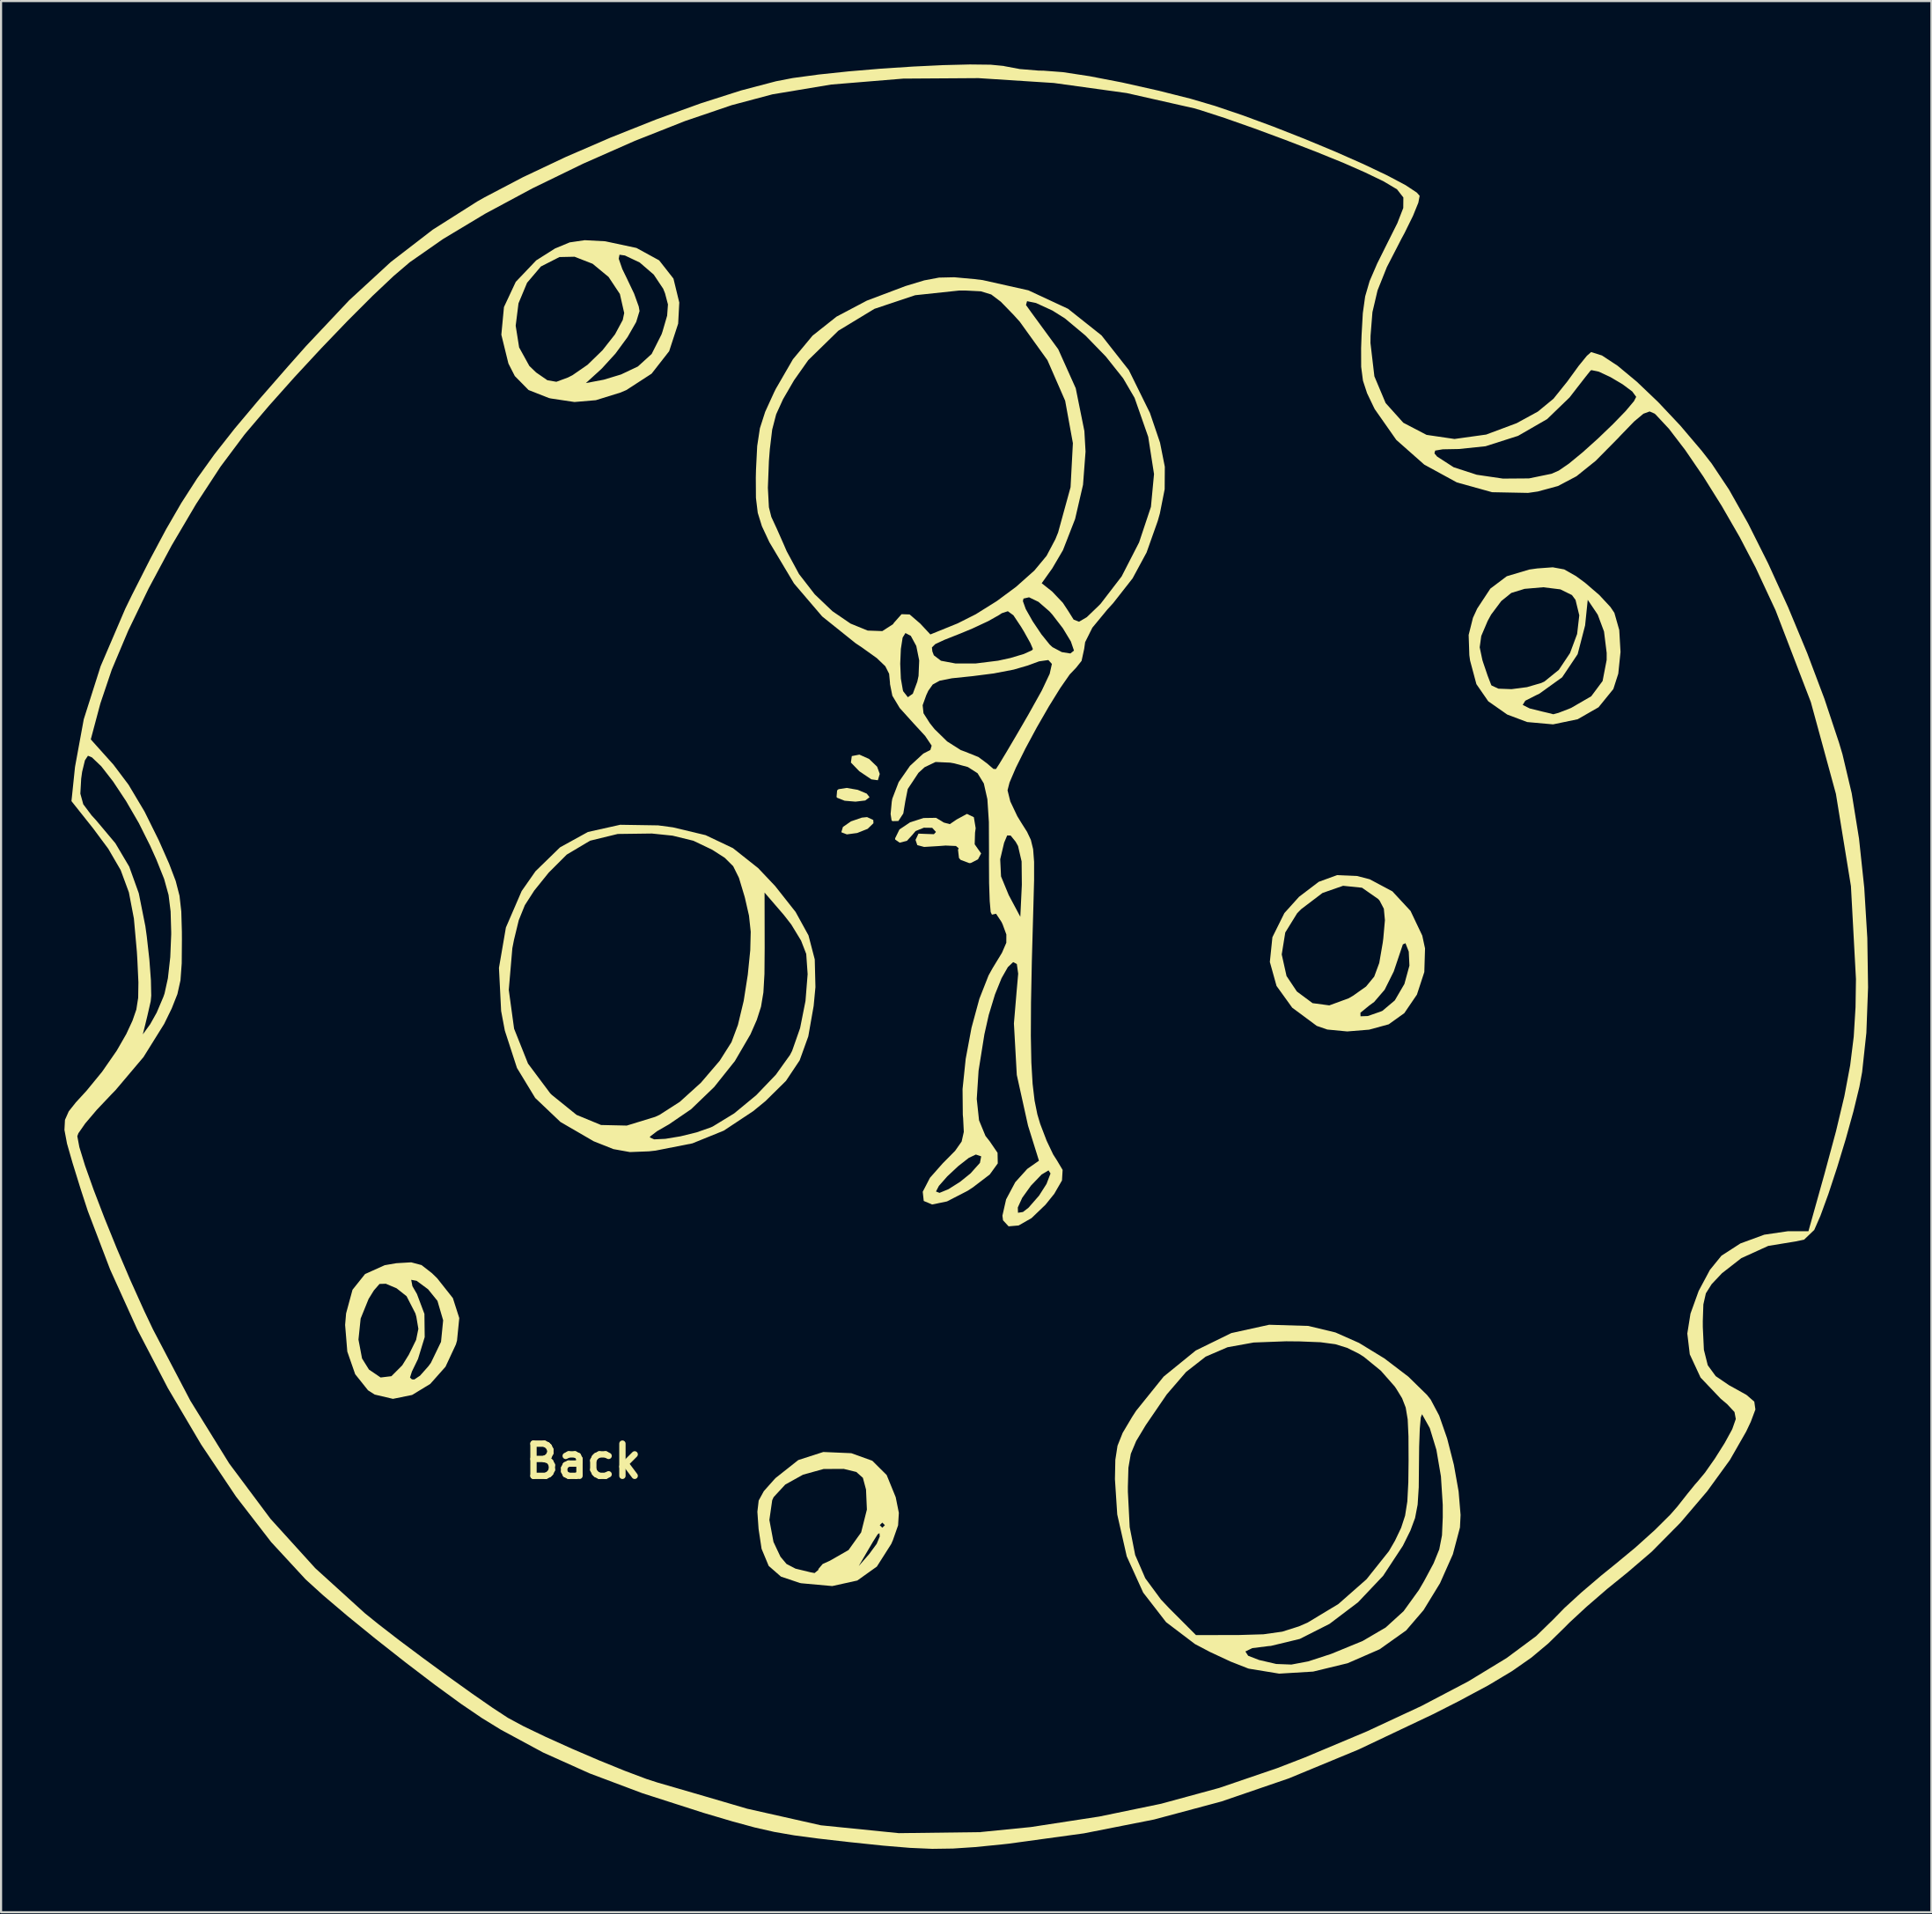
<source format=kicad_pcb>
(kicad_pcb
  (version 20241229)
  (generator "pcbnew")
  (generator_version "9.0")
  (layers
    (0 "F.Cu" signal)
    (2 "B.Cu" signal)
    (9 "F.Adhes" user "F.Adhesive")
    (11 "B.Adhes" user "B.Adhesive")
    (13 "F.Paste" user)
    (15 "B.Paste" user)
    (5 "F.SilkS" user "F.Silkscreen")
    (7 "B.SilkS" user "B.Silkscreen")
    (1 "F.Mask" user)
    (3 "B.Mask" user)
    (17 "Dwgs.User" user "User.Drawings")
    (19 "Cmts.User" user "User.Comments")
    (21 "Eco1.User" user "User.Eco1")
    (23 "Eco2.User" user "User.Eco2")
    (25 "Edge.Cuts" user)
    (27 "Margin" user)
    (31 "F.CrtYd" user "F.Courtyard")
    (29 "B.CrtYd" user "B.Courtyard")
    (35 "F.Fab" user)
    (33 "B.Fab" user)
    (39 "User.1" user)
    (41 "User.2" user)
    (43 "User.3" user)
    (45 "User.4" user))
  (footprint "Back"
    (layer "F.Cu")
    (at 24.558 66.093)
    (property "Reference" "Back" (at 0 0 0) (layer "F.SilkS") (effects (font (size 1.524 1.524) (thickness 0.3))))
    (attr board_only exclude_from_pos_files exclude_from_bom)
    (fp_poly (pts (xy 13.526 -33.231) (xy 13.906 -32.865) (xy 14.03 -32.522) (xy 13.94 -32.224) (xy 13.633 -32.266) (xy 13.063 -32.649) (xy 12.665 -33.061) (xy 12.706 -33.363) (xy 12.71 -33.368) (xy 13.067 -33.437)) (stroke (width 0) (type solid)) (fill yes) (layer "F.SilkS"))
    (fp_poly (pts (xy 13.723 -30.343) (xy 13.732 -30.191) (xy 13.457 -29.925) (xy 12.964 -29.728) (xy 12.472 -29.662) (xy 12.211 -29.763) (xy 12.287 -30.014) (xy 12.667 -30.278) (xy 13.182 -30.455) (xy 13.43 -30.48)) (stroke (width 0) (type solid)) (fill yes) (layer "F.SilkS"))
    (fp_poly (pts (xy 12.986 -31.771) (xy 13.416 -31.59) (xy 13.547 -31.421) (xy 13.345 -31.266) (xy 12.882 -31.211) (xy 12.369 -31.254) (xy 12.016 -31.394) (xy 11.985 -31.431) (xy 12.012 -31.743) (xy 12.08 -31.801) (xy 12.467 -31.861)) (stroke (width 0) (type solid)) (fill yes) (layer "F.SilkS"))
    (fp_poly (pts (xy 18.484 -30.475) (xy 18.57 -29.954) (xy 18.54 -29.742) (xy 18.523 -29.194) (xy 18.679 -28.971) (xy 18.829 -28.762) (xy 18.679 -28.481) (xy 18.34 -28.308) (xy 18.264 -28.303) (xy 17.858 -28.456) (xy 17.78 -28.545) (xy 17.734 -28.934) (xy 17.765 -29.004) (xy 17.637 -29.113) (xy 17.146 -29.134) (xy 16.812 -29.109) (xy 16.131 -29.068) (xy 15.807 -29.154) (xy 15.724 -29.398) (xy 15.724 -29.403) (xy 15.863 -29.698) (xy 16.208 -29.684) (xy 16.593 -29.671) (xy 16.691 -29.777) (xy 16.512 -29.973) (xy 16.117 -29.978) (xy 15.725 -29.819) (xy 15.569 -29.633) (xy 15.316 -29.357) (xy 14.974 -29.27) (xy 14.763 -29.416) (xy 14.756 -29.475) (xy 14.963 -29.896) (xy 15.469 -30.235) (xy 16.104 -30.437) (xy 16.695 -30.446) (xy 17.064 -30.222) (xy 17.345 -30.147) (xy 17.668 -30.367) (xy 18.157 -30.632)) (stroke (width 0) (type solid)) (fill yes) (layer "F.SilkS"))
    (fp_poly (pts (xy -7.657 -9.283) (xy -7.163 -8.899) (xy -6.915 -8.657) (xy -6.173 -7.719) (xy -5.871 -6.776) (xy -5.977 -5.716) (xy -6.029 -5.531) (xy -6.522 -4.473) (xy -7.244 -3.66) (xy -8.104 -3.137) (xy -9.01 -2.953) (xy -9.874 -3.156) (xy -10.189 -3.357) (xy -10.672 -3.962) (xy -8.203 -3.962) (xy -8.114 -3.876) (xy -7.999 -3.87) (xy -7.728 -4.05) (xy -7.331 -4.498) (xy -7.214 -4.657) (xy -6.735 -5.65) (xy -6.634 -6.669) (xy -6.904 -7.59) (xy -7.346 -8.137) (xy -7.889 -8.539) (xy -8.146 -8.585) (xy -8.089 -8.285) (xy -7.875 -7.916) (xy -7.52 -6.973) (xy -7.507 -5.875) (xy -7.824 -4.841) (xy -8.113 -4.244) (xy -8.203 -3.962) (xy -10.672 -3.962) (xy -10.797 -4.118) (xy -11.171 -5.192) (xy -11.217 -5.758) (xy -10.642 -5.758) (xy -10.473 -4.865) (xy -10.145 -4.339) (xy -9.593 -3.964) (xy -9.083 -4.025) (xy -8.571 -4.538) (xy -8.257 -5.046) (xy -7.914 -5.743) (xy -7.807 -6.266) (xy -7.903 -6.838) (xy -7.949 -6.999) (xy -8.366 -7.811) (xy -8.839 -8.185) (xy -9.347 -8.4) (xy -9.646 -8.39) (xy -9.912 -8.085) (xy -10.163 -7.68) (xy -10.539 -6.752) (xy -10.642 -5.758) (xy -11.217 -5.758) (xy -11.274 -6.451) (xy -11.228 -6.997) (xy -10.924 -8.115) (xy -10.33 -8.859) (xy -9.401 -9.277) (xy -8.851 -9.372) (xy -8.146 -9.413)) (stroke (width 0) (type solid)) (fill yes) (layer "F.SilkS"))
    (fp_poly (pts (xy 36.624 -27.693) (xy 37.218 -27.539) (xy 38.292 -26.967) (xy 39.152 -26.04) (xy 39.707 -24.873) (xy 39.838 -24.266) (xy 39.804 -23.15) (xy 39.454 -22.081) (xy 38.857 -21.204) (xy 38.118 -20.675) (xy 37.191 -20.422) (xy 36.154 -20.338) (xy 35.213 -20.428) (xy 34.713 -20.601) (xy 33.875 -21.223) (xy 36.78 -21.223) (xy 36.784 -21.055) (xy 37.128 -21.067) (xy 37.75 -21.283) (xy 37.823 -21.315) (xy 38.406 -21.806) (xy 38.861 -22.584) (xy 39.099 -23.454) (xy 39.068 -24.115) (xy 38.912 -24.513) (xy 38.788 -24.457) (xy 38.78 -24.432) (xy 38.358 -23.178) (xy 37.926 -22.311) (xy 37.431 -21.735) (xy 37.178 -21.548) (xy 36.78 -21.223) (xy 33.875 -21.223) (xy 33.552 -21.461) (xy 32.809 -22.492) (xy 32.493 -23.626) (xy 32.53 -23.982) (xy 33.055 -23.982) (xy 33.283 -22.96) (xy 33.771 -22.229) (xy 34.514 -21.677) (xy 35.307 -21.571) (xy 36.222 -21.906) (xy 36.442 -22.035) (xy 37.047 -22.464) (xy 37.432 -22.932) (xy 37.671 -23.578) (xy 37.837 -24.543) (xy 37.863 -24.744) (xy 37.939 -25.603) (xy 37.888 -26.145) (xy 37.69 -26.524) (xy 37.62 -26.605) (xy 36.855 -27.138) (xy 35.96 -27.23) (xy 34.985 -26.89) (xy 33.979 -26.127) (xy 33.786 -25.932) (xy 33.223 -25.021) (xy 33.055 -23.982) (xy 32.53 -23.982) (xy 32.614 -24.797) (xy 33.18 -25.938) (xy 33.874 -26.708) (xy 34.807 -27.418) (xy 35.673 -27.734)) (stroke (width 0) (type solid)) (fill yes) (layer "F.SilkS"))
    (fp_poly (pts (xy 12.683 -0.382) (xy 13.677 -0.025) (xy 14.357 0.651) (xy 14.785 1.699) (xy 14.934 2.44) (xy 14.898 3.032) (xy 14.652 3.734) (xy 14.572 3.916) (xy 13.893 4.983) (xy 12.968 5.643) (xy 11.782 5.905) (xy 10.321 5.773) (xy 10.25 5.759) (xy 9.354 5.458) (xy 8.773 4.951) (xy 8.437 4.143) (xy 8.295 3.204) (xy 8.265 2.777) (xy 8.806 2.777) (xy 9 3.816) (xy 9.331 4.518) (xy 9.617 4.859) (xy 10.04 5.08) (xy 10.757 5.254) (xy 10.946 5.289) (xy 11.124 5.142) (xy 11.128 5.096) (xy 11.245 4.959) (xy 13.034 4.959) (xy 13.532 4.388) (xy 13.884 3.909) (xy 14.03 3.561) (xy 14.017 3.401) (xy 13.933 3.454) (xy 13.715 3.799) (xy 13.459 4.233) (xy 13.034 4.959) (xy 11.245 4.959) (xy 11.329 4.86) (xy 11.672 4.705) (xy 12.551 4.202) (xy 13.149 3.366) (xy 13.235 3.024) (xy 14.03 3.024) (xy 14.151 3.145) (xy 14.272 3.024) (xy 14.151 2.903) (xy 14.03 3.024) (xy 13.235 3.024) (xy 13.421 2.285) (xy 13.38 1.337) (xy 13.232 0.784) (xy 12.921 0.507) (xy 12.324 0.361) (xy 11.372 0.366) (xy 10.398 0.635) (xy 9.558 1.102) (xy 9.008 1.696) (xy 8.94 1.843) (xy 8.806 2.777) (xy 8.265 2.777) (xy 8.238 2.389) (xy 8.3 1.858) (xy 8.544 1.413) (xy 9.038 0.858) (xy 9.104 0.789) (xy 10.174 -0.057) (xy 11.358 -0.439)) (stroke (width 0) (type solid)) (fill yes) (layer "F.SilkS"))
    (fp_poly (pts (xy 1.008 -57.728) (xy 1.047 -57.724) (xy 2.516 -57.411) (xy 3.59 -56.823) (xy 4.266 -55.961) (xy 4.542 -54.828) (xy 4.489 -53.83) (xy 4.063 -52.525) (xy 3.232 -51.462) (xy 2.034 -50.685) (xy 1.745 -50.564) (xy 0.593 -50.207) (xy -0.419 -50.121) (xy -1.54 -50.289) (xy -1.631 -50.31) (xy -2.592 -50.688) (xy -2.915 -51.017) (xy 0.121 -51.017) (xy 0.968 -51.177) (xy 1.787 -51.425) (xy 2.577 -51.799) (xy 2.584 -51.803) (xy 3.235 -52.395) (xy 3.701 -53.319) (xy 3.746 -53.449) (xy 3.967 -54.207) (xy 4.006 -54.738) (xy 3.867 -55.265) (xy 3.781 -55.479) (xy 3.332 -56.151) (xy 2.669 -56.722) (xy 1.969 -57.054) (xy 1.712 -57.09) (xy 1.676 -56.9) (xy 1.845 -56.414) (xy 2.063 -55.965) (xy 2.406 -55.244) (xy 2.622 -54.644) (xy 2.661 -54.426) (xy 2.503 -53.908) (xy 2.092 -53.19) (xy 1.521 -52.412) (xy 0.882 -51.712) (xy 0.785 -51.621) (xy 0.121 -51.017) (xy -2.915 -51.017) (xy -3.242 -51.349) (xy -3.545 -51.941) (xy -3.88 -53.305) (xy -3.84 -53.731) (xy -3.201 -53.731) (xy -3.038 -52.704) (xy -2.554 -51.827) (xy -2.234 -51.519) (xy -1.702 -51.152) (xy -1.275 -51.078) (xy -0.727 -51.281) (xy -0.514 -51.389) (xy 0.2 -51.882) (xy 0.907 -52.569) (xy 1.499 -53.321) (xy 1.867 -54.005) (xy 1.935 -54.331) (xy 1.731 -55.231) (xy 1.194 -56.04) (xy 0.44 -56.662) (xy -0.415 -56.995) (xy -1.13 -56.98) (xy -2.008 -56.533) (xy -2.662 -55.763) (xy -3.068 -54.79) (xy -3.201 -53.731) (xy -3.84 -53.731) (xy -3.756 -54.613) (xy -3.198 -55.806) (xy -2.23 -56.822) (xy -1.343 -57.384) (xy -0.645 -57.674) (xy 0.064 -57.778)) (stroke (width 0) (type solid)) (fill yes) (layer "F.SilkS"))
    (fp_poly (pts (xy 46.422 -42.201) (xy 46.981 -41.885) (xy 47.418 -41.563) (xy 48.084 -40.99) (xy 48.612 -40.422) (xy 48.799 -40.145) (xy 49.03 -39.332) (xy 49.09 -38.296) (xy 48.984 -37.268) (xy 48.75 -36.539) (xy 48.049 -35.676) (xy 47.061 -35.11) (xy 45.897 -34.868) (xy 44.671 -34.978) (xy 43.727 -35.333) (xy 43.075 -35.789) (xy 44.46 -35.789) (xy 44.79 -35.622) (xy 45.357 -35.481) (xy 45.781 -35.382) (xy 45.909 -35.346) (xy 46.153 -35.412) (xy 46.663 -35.609) (xy 46.756 -35.648) (xy 47.704 -36.197) (xy 48.241 -36.918) (xy 48.434 -37.916) (xy 48.435 -38.247) (xy 48.309 -39.261) (xy 48.015 -40.05) (xy 47.972 -40.118) (xy 47.538 -40.761) (xy 47.414 -39.551) (xy 47.061 -38.189) (xy 46.328 -37.095) (xy 45.251 -36.321) (xy 45.144 -36.271) (xy 44.583 -35.987) (xy 44.46 -35.789) (xy 43.075 -35.789) (xy 42.829 -35.961) (xy 42.269 -36.771) (xy 41.969 -37.89) (xy 41.934 -38.145) (xy 41.922 -38.513) (xy 42.425 -38.513) (xy 42.552 -37.912) (xy 42.587 -37.801) (xy 42.8 -37.174) (xy 42.96 -36.757) (xy 42.984 -36.709) (xy 43.313 -36.557) (xy 43.93 -36.534) (xy 44.663 -36.629) (xy 45.339 -36.826) (xy 45.488 -36.895) (xy 46.169 -37.446) (xy 46.699 -38.24) (xy 47.036 -39.145) (xy 47.138 -40.028) (xy 46.961 -40.756) (xy 46.791 -40.986) (xy 46.242 -41.256) (xy 45.431 -41.356) (xy 44.548 -41.28) (xy 43.921 -41.087) (xy 43.446 -40.703) (xy 42.966 -40.062) (xy 42.801 -39.76) (xy 42.499 -39.05) (xy 42.425 -38.513) (xy 41.922 -38.513) (xy 41.902 -39.099) (xy 42.105 -39.909) (xy 42.308 -40.349) (xy 42.929 -41.291) (xy 43.707 -41.877) (xy 44.772 -42.194) (xy 45.151 -42.247) (xy 45.883 -42.3)) (stroke (width 0) (type solid)) (fill yes) (layer "F.SilkS"))
    (fp_poly (pts (xy 3.54 -30.089) (xy 4.243 -29.995) (xy 5.787 -29.626) (xy 7.083 -29.011) (xy 8.275 -28.067) (xy 9.079 -27.218) (xy 10.047 -25.992) (xy 10.657 -24.883) (xy 10.954 -23.746) (xy 10.986 -22.436) (xy 10.902 -21.546) (xy 10.648 -20.105) (xy 10.239 -18.97) (xy 9.59 -17.997) (xy 8.62 -17.041) (xy 8.041 -16.567) (xy 6.648 -15.644) (xy 5.163 -15.042) (xy 3.423 -14.7) (xy 3.11 -14.665) (xy 2.205 -14.63) (xy 1.422 -14.771) (xy 0.502 -15.137) (xy 0.484 -15.145) (xy 0.175 -15.325) (xy 3.145 -15.325) (xy 3.353 -15.232) (xy 3.884 -15.257) (xy 4.6 -15.376) (xy 5.361 -15.563) (xy 6.027 -15.796) (xy 6.127 -15.841) (xy 7.14 -16.46) (xy 8.184 -17.322) (xy 9.112 -18.29) (xy 9.781 -19.224) (xy 9.882 -19.418) (xy 10.26 -20.496) (xy 10.515 -21.78) (xy 10.617 -23.05) (xy 10.55 -24.006) (xy 10.306 -24.636) (xy 9.843 -25.397) (xy 9.489 -25.852) (xy 8.578 -26.909) (xy 8.583 -24.28) (xy 8.573 -23.062) (xy 8.523 -22.184) (xy 8.41 -21.506) (xy 8.21 -20.883) (xy 7.91 -20.199) (xy 7.172 -18.935) (xy 6.193 -17.708) (xy 5.103 -16.659) (xy 4.052 -15.941) (xy 3.493 -15.62) (xy 3.173 -15.376) (xy 3.145 -15.325) (xy 0.175 -15.325) (xy -1.082 -16.054) (xy -2.277 -17.19) (xy -3.141 -18.612) (xy -3.714 -20.375) (xy -3.89 -21.305) (xy -3.94 -22.306) (xy -3.528 -22.306) (xy -3.276 -20.467) (xy -2.617 -18.816) (xy -1.567 -17.411) (xy -1.49 -17.335) (xy -0.32 -16.39) (xy 0.84 -15.911) (xy 2.057 -15.884) (xy 3.399 -16.296) (xy 3.607 -16.391) (xy 4.566 -17.007) (xy 5.566 -17.912) (xy 6.455 -18.951) (xy 7.012 -19.83) (xy 7.318 -20.649) (xy 7.591 -21.787) (xy 7.784 -23.021) (xy 7.901 -24.183) (xy 7.923 -25.054) (xy 7.841 -25.819) (xy 7.648 -26.662) (xy 7.625 -26.745) (xy 7.365 -27.608) (xy 7.092 -28.158) (xy 6.693 -28.555) (xy 6.094 -28.939) (xy 5.209 -29.361) (xy 4.225 -29.602) (xy 3.242 -29.703) (xy 1.628 -29.682) (xy 0.32 -29.363) (xy -0.784 -28.706) (xy -1.639 -27.852) (xy -2.325 -27) (xy -2.768 -26.312) (xy -3.056 -25.6) (xy -3.28 -24.679) (xy -3.359 -24.277) (xy -3.528 -22.306) (xy -3.94 -22.306) (xy -3.993 -23.345) (xy -3.664 -25.256) (xy -2.919 -26.98) (xy -2.261 -27.921) (xy -1.101 -29.05) (xy 0.217 -29.776) (xy 1.745 -30.117)) (stroke (width 0) (type solid)) (fill yes) (layer "F.SilkS"))
    (fp_poly (pts (xy 34.314 -6.404) (xy 35.598 -6.095) (xy 36.712 -5.601) (xy 37.918 -4.864) (xy 39.047 -4.004) (xy 39.93 -3.14) (xy 40.105 -2.92) (xy 40.506 -2.164) (xy 40.884 -1.081) (xy 41.203 0.169) (xy 41.427 1.429) (xy 41.52 2.541) (xy 41.491 3.132) (xy 41.155 4.401) (xy 40.547 5.77) (xy 39.768 7.043) (xy 38.943 8.005) (xy 37.689 8.896) (xy 36.175 9.556) (xy 34.543 9.952) (xy 32.935 10.049) (xy 31.495 9.813) (xy 31.448 9.797) (xy 30.633 9.477) (xy 29.653 9.02) (xy 29.617 9.001) (xy 31.335 9.001) (xy 31.466 9.203) (xy 31.983 9.403) (xy 32.796 9.592) (xy 33.514 9.619) (xy 34.31 9.469) (xy 35.358 9.127) (xy 35.435 9.099) (xy 36.886 8.503) (xy 37.976 7.865) (xy 38.823 7.094) (xy 39.545 6.094) (xy 39.79 5.675) (xy 40.243 4.829) (xy 40.511 4.169) (xy 40.64 3.506) (xy 40.677 2.65) (xy 40.676 2.059) (xy 40.59 0.714) (xy 40.376 -0.539) (xy 40.062 -1.57) (xy 39.696 -2.226) (xy 39.637 -2.074) (xy 39.589 -1.531) (xy 39.559 -0.688) (xy 39.551 0.072) (xy 39.54 1.229) (xy 39.488 2.051) (xy 39.366 2.685) (xy 39.145 3.28) (xy 38.796 3.984) (xy 38.788 4) (xy 37.856 5.418) (xy 36.666 6.674) (xy 35.318 7.694) (xy 33.909 8.407) (xy 32.539 8.737) (xy 32.431 8.745) (xy 31.661 8.842) (xy 31.335 9.001) (xy 29.617 9.001) (xy 28.948 8.649) (xy 27.581 7.612) (xy 26.498 6.214) (xy 25.72 4.5) (xy 25.27 2.517) (xy 25.185 1.214) (xy 25.773 1.214) (xy 25.774 1.448) (xy 25.859 3.113) (xy 26.119 4.435) (xy 26.598 5.537) (xy 27.339 6.542) (xy 27.729 6.955) (xy 28.997 8.225) (xy 31.009 8.222) (xy 32.19 8.187) (xy 33.081 8.062) (xy 33.87 7.812) (xy 34.277 7.635) (xy 35.735 6.756) (xy 37.068 5.583) (xy 38.126 4.256) (xy 38.415 3.759) (xy 38.707 3.147) (xy 38.894 2.573) (xy 39 1.9) (xy 39.047 0.991) (xy 39.059 -0.019) (xy 39.054 -1.18) (xy 39.017 -1.98) (xy 38.923 -2.541) (xy 38.751 -2.984) (xy 38.476 -3.432) (xy 38.399 -3.544) (xy 37.745 -4.286) (xy 36.936 -4.946) (xy 36.706 -5.09) (xy 36.155 -5.365) (xy 35.595 -5.538) (xy 34.891 -5.632) (xy 33.907 -5.671) (xy 33.262 -5.677) (xy 31.727 -5.619) (xy 30.489 -5.395) (xy 29.455 -4.95) (xy 28.528 -4.225) (xy 27.615 -3.165) (xy 26.621 -1.712) (xy 26.61 -1.694) (xy 26.166 -0.957) (xy 25.913 -0.355) (xy 25.799 0.305) (xy 25.773 1.214) (xy 25.185 1.214) (xy 25.161 0.845) (xy 25.18 -0.07) (xy 25.283 -0.735) (xy 25.528 -1.347) (xy 25.976 -2.1) (xy 26.16 -2.384) (xy 27.467 -4.007) (xy 28.986 -5.241) (xy 30.668 -6.065) (xy 32.46 -6.459)) (stroke (width 0) (type solid)) (fill yes) (layer "F.SilkS"))
    (fp_poly (pts (xy 18.505 -55.938) (xy 18.9 -55.89) (xy 21.064 -55.406) (xy 22.94 -54.533) (xy 24.526 -53.273) (xy 25.82 -51.628) (xy 26.819 -49.601) (xy 26.824 -49.585) (xy 27.295 -48.199) (xy 27.522 -47.057) (xy 27.515 -45.995) (xy 27.288 -44.847) (xy 27.188 -44.494) (xy 26.659 -43.002) (xy 25.997 -41.777) (xy 25.079 -40.606) (xy 24.808 -40.309) (xy 24.092 -39.442) (xy 23.75 -38.756) (xy 23.707 -38.446) (xy 23.582 -37.872) (xy 23.322 -37.546) (xy 23.021 -37.23) (xy 22.571 -36.583) (xy 22.032 -35.712) (xy 21.463 -34.724) (xy 20.924 -33.724) (xy 20.474 -32.82) (xy 20.173 -32.117) (xy 20.078 -31.749) (xy 20.209 -31.222) (xy 20.539 -30.525) (xy 20.736 -30.202) (xy 21.003 -29.781) (xy 21.182 -29.402) (xy 21.289 -28.964) (xy 21.335 -28.364) (xy 21.335 -27.502) (xy 21.302 -26.274) (xy 21.295 -26.034) (xy 21.228 -23.657) (xy 21.189 -21.708) (xy 21.181 -20.13) (xy 21.205 -18.867) (xy 21.264 -17.865) (xy 21.358 -17.066) (xy 21.489 -16.416) (xy 21.623 -15.966) (xy 21.929 -15.166) (xy 22.237 -14.518) (xy 22.407 -14.253) (xy 22.685 -13.786) (xy 22.655 -13.288) (xy 22.29 -12.656) (xy 21.874 -12.139) (xy 21.213 -11.505) (xy 20.604 -11.157) (xy 20.128 -11.116) (xy 19.864 -11.402) (xy 19.836 -11.623) (xy 19.923 -12.008) (xy 20.564 -12.008) (xy 20.573 -11.758) (xy 20.808 -11.795) (xy 21.07 -11.997) (xy 21.57 -12.569) (xy 21.923 -13.123) (xy 22.112 -13.617) (xy 22.019 -13.764) (xy 21.692 -13.569) (xy 21.188 -13.044) (xy 20.772 -12.465) (xy 20.564 -12.008) (xy 19.923 -12.008) (xy 20.01 -12.391) (xy 20.444 -13.206) (xy 21.009 -13.831) (xy 21.062 -13.869) (xy 21.565 -14.222) (xy 21.048 -15.88) (xy 20.516 -18.28) (xy 20.38 -20.714) (xy 20.505 -22.202) (xy 20.582 -23.071) (xy 20.518 -23.529) (xy 20.344 -23.619) (xy 20.093 -23.381) (xy 19.795 -22.858) (xy 19.484 -22.09) (xy 19.189 -21.119) (xy 18.983 -20.205) (xy 18.707 -18.479) (xy 18.621 -17.142) (xy 18.729 -16.133) (xy 19.033 -15.396) (xy 19.233 -15.141) (xy 19.605 -14.597) (xy 19.616 -14.095) (xy 19.237 -13.57) (xy 18.438 -12.96) (xy 18.186 -12.796) (xy 17.213 -12.295) (xy 16.508 -12.15) (xy 16.112 -12.317) (xy 16.064 -12.753) (xy 16.071 -12.765) (xy 16.691 -12.765) (xy 16.859 -12.7) (xy 17.28 -12.873) (xy 17.831 -13.221) (xy 18.324 -13.619) (xy 18.771 -14.118) (xy 18.831 -14.428) (xy 18.578 -14.514) (xy 18.244 -14.355) (xy 17.746 -13.966) (xy 17.226 -13.48) (xy 16.828 -13.028) (xy 16.691 -12.765) (xy 16.071 -12.765) (xy 16.406 -13.413) (xy 17.007 -14.093) (xy 17.596 -14.688) (xy 17.905 -15.127) (xy 18.008 -15.584) (xy 17.976 -16.235) (xy 17.961 -16.39) (xy 17.949 -17.61) (xy 18.097 -19.037) (xy 18.373 -20.514) (xy 18.745 -21.884) (xy 19.181 -22.992) (xy 19.372 -23.335) (xy 19.813 -24.057) (xy 20.02 -24.534) (xy 20.022 -24.926) (xy 19.851 -25.391) (xy 19.794 -25.516) (xy 19.535 -25.907) (xy 19.34 -25.864) (xy 19.28 -25.986) (xy 19.234 -26.512) (xy 19.205 -27.363) (xy 19.199 -28.459) (xy 19.199 -28.484) (xy 19.731 -28.484) (xy 19.77 -27.674) (xy 20.134 -26.791) (xy 20.683 -25.763) (xy 20.755 -27.278) (xy 20.744 -28.383) (xy 20.575 -29.111) (xy 20.461 -29.315) (xy 20.224 -29.608) (xy 20.061 -29.612) (xy 19.916 -29.266) (xy 19.736 -28.508) (xy 19.731 -28.484) (xy 19.199 -28.484) (xy 19.201 -28.753) (xy 19.195 -30.245) (xy 19.124 -31.327) (xy 18.955 -32.073) (xy 18.659 -32.556) (xy 18.203 -32.848) (xy 17.556 -33.023) (xy 17.36 -33.057) (xy 16.672 -33.088) (xy 16.154 -32.841) (xy 15.863 -32.576) (xy 15.355 -31.81) (xy 15.24 -31.231) (xy 15.144 -30.65) (xy 14.912 -30.296) (xy 14.63 -30.289) (xy 14.59 -30.324) (xy 14.544 -30.626) (xy 14.598 -31.204) (xy 14.624 -31.352) (xy 14.925 -32.135) (xy 15.461 -32.905) (xy 16.091 -33.485) (xy 16.426 -33.657) (xy 16.487 -33.861) (xy 16.178 -34.321) (xy 15.637 -34.908) (xy 14.974 -35.643) (xy 14.896 -35.773) (xy 16.06 -35.773) (xy 16.101 -35.394) (xy 16.399 -34.926) (xy 16.621 -34.646) (xy 17.22 -34.061) (xy 17.868 -33.649) (xy 18.07 -33.576) (xy 18.697 -33.324) (xy 19.115 -33.015) (xy 19.41 -32.76) (xy 19.53 -32.754) (xy 19.687 -32.995) (xy 20.033 -33.568) (xy 20.516 -34.387) (xy 21.054 -35.313) (xy 21.699 -36.468) (xy 22.073 -37.26) (xy 22.177 -37.728) (xy 22.01 -37.912) (xy 21.572 -37.85) (xy 21.033 -37.652) (xy 20.37 -37.459) (xy 19.426 -37.278) (xy 18.401 -37.147) (xy 18.376 -37.145) (xy 17.441 -37.048) (xy 16.868 -36.935) (xy 16.537 -36.753) (xy 16.326 -36.455) (xy 16.232 -36.252) (xy 16.06 -35.773) (xy 14.896 -35.773) (xy 14.626 -36.223) (xy 14.515 -36.776) (xy 14.514 -36.837) (xy 14.473 -37.263) (xy 14.293 -37.619) (xy 14.169 -37.737) (xy 14.999 -37.737) (xy 15.029 -37.034) (xy 15.124 -36.486) (xy 15.144 -36.428) (xy 15.361 -36.153) (xy 15.595 -36.319) (xy 15.806 -36.884) (xy 15.866 -37.159) (xy 15.897 -37.893) (xy 15.773 -38.509) (xy 16.499 -38.509) (xy 16.52 -38.318) (xy 16.591 -38.135) (xy 16.928 -37.878) (xy 17.622 -37.748) (xy 18.559 -37.748) (xy 19.629 -37.881) (xy 20.213 -38.008) (xy 20.849 -38.198) (xy 21.231 -38.371) (xy 21.28 -38.431) (xy 21.159 -38.714) (xy 20.864 -39.243) (xy 20.719 -39.484) (xy 20.355 -40.03) (xy 20.093 -40.221) (xy 19.805 -40.127) (xy 19.671 -40.038) (xy 19.171 -39.756) (xy 18.417 -39.404) (xy 17.874 -39.178) (xy 17.087 -38.866) (xy 16.659 -38.667) (xy 16.499 -38.509) (xy 15.773 -38.509) (xy 15.759 -38.578) (xy 15.499 -39.057) (xy 15.245 -39.189) (xy 15.113 -38.974) (xy 15.029 -38.437) (xy 14.999 -37.737) (xy 14.169 -37.737) (xy 13.891 -38.003) (xy 13.184 -38.509) (xy 12.883 -38.71) (xy 11.305 -39.975) (xy 9.973 -41.533) (xy 8.813 -43.476) (xy 8.795 -43.511) (xy 8.453 -44.242) (xy 8.256 -44.875) (xy 8.17 -45.585) (xy 8.167 -46.065) (xy 8.735 -46.065) (xy 8.784 -45.141) (xy 8.898 -44.684) (xy 9.153 -44.135) (xy 9.487 -43.381) (xy 9.626 -43.059) (xy 10.209 -41.981) (xy 10.953 -41.021) (xy 11.79 -40.223) (xy 12.649 -39.636) (xy 13.459 -39.306) (xy 14.151 -39.281) (xy 14.654 -39.605) (xy 14.7 -39.672) (xy 15.062 -40.081) (xy 15.445 -40.069) (xy 15.944 -39.639) (xy 16.426 -39.123) (xy 17.718 -39.647) (xy 18.573 -40.078) (xy 19.568 -40.7) (xy 19.568 -40.7) (xy 20.805 -40.7) (xy 20.939 -40.326) (xy 21.268 -39.745) (xy 21.682 -39.128) (xy 22.071 -38.646) (xy 22.202 -38.523) (xy 22.647 -38.287) (xy 23.052 -38.223) (xy 23.223 -38.358) (xy 23.075 -38.791) (xy 22.697 -39.415) (xy 22.192 -40.07) (xy 22.059 -40.217) (xy 21.544 -40.664) (xy 21.097 -40.88) (xy 20.833 -40.82) (xy 20.805 -40.7) (xy 19.568 -40.7) (xy 20.479 -41.374) (xy 21.347 -42.146) (xy 21.925 -42.842) (xy 22.343 -43.631) (xy 22.472 -43.949) (xy 23.061 -46.091) (xy 23.171 -48.173) (xy 22.805 -50.181) (xy 21.966 -52.101) (xy 20.657 -53.92) (xy 20.364 -54.244) (xy 19.91 -54.712) (xy 20.951 -54.712) (xy 21.197 -54.368) (xy 22.477 -52.619) (xy 23.306 -50.772) (xy 23.715 -48.746) (xy 23.77 -47.776) (xy 23.651 -46.205) (xy 23.276 -44.586) (xy 22.701 -43.11) (xy 22.197 -42.252) (xy 21.695 -41.546) (xy 22.189 -41.154) (xy 22.695 -40.621) (xy 22.961 -40.217) (xy 23.206 -39.825) (xy 23.462 -39.725) (xy 23.828 -39.939) (xy 24.403 -40.492) (xy 24.488 -40.58) (xy 25.478 -41.869) (xy 26.304 -43.478) (xy 26.865 -45.161) (xy 27.011 -46.712) (xy 26.736 -48.474) (xy 26.091 -50.316) (xy 25.549 -51.243) (xy 24.728 -52.275) (xy 23.763 -53.268) (xy 22.79 -54.08) (xy 22.204 -54.448) (xy 21.426 -54.805) (xy 21.002 -54.892) (xy 20.951 -54.712) (xy 19.91 -54.712) (xy 19.762 -54.864) (xy 19.306 -55.209) (xy 18.814 -55.359) (xy 18.107 -55.395) (xy 17.794 -55.396) (xy 15.706 -55.174) (xy 13.779 -54.53) (xy 12.073 -53.496) (xy 10.647 -52.104) (xy 9.972 -51.147) (xy 9.452 -50.252) (xy 9.127 -49.539) (xy 8.939 -48.816) (xy 8.828 -47.893) (xy 8.784 -47.329) (xy 8.735 -46.065) (xy 8.167 -46.065) (xy 8.164 -46.547) (xy 8.173 -46.921) (xy 8.229 -48.036) (xy 8.357 -48.878) (xy 8.607 -49.657) (xy 9.031 -50.584) (xy 9.11 -50.743) (xy 9.922 -52.146) (xy 10.85 -53.261) (xy 11.985 -54.161) (xy 13.419 -54.918) (xy 15.243 -55.606) (xy 15.274 -55.616) (xy 16.136 -55.877) (xy 16.833 -56.008) (xy 17.559 -56.024)) (stroke (width 0) (type solid)) (fill yes) (layer "F.SilkS"))
    (fp_poly (pts (xy 19.277 -66.082) (xy 19.889 -66.023) (xy 19.942 -66.01) (xy 20.659 -65.876) (xy 21.541 -65.803) (xy 21.794 -65.798) (xy 22.693 -65.73) (xy 23.959 -65.538) (xy 25.494 -65.242) (xy 27.204 -64.858) (xy 28.74 -64.472) (xy 29.891 -64.133) (xy 31.225 -63.681) (xy 32.668 -63.149) (xy 34.145 -62.568) (xy 35.583 -61.97) (xy 36.907 -61.385) (xy 38.043 -60.845) (xy 38.916 -60.383) (xy 39.452 -60.028) (xy 39.583 -59.877) (xy 39.521 -59.552) (xy 39.266 -58.925) (xy 38.867 -58.115) (xy 38.717 -57.837) (xy 38.031 -56.505) (xy 37.59 -55.402) (xy 37.348 -54.372) (xy 37.259 -53.258) (xy 37.255 -52.914) (xy 37.44 -51.337) (xy 37.973 -50.072) (xy 38.81 -49.14) (xy 39.91 -48.566) (xy 41.232 -48.372) (xy 42.733 -48.581) (xy 44.171 -49.118) (xy 45.178 -49.668) (xy 45.917 -50.276) (xy 46.587 -51.111) (xy 46.625 -51.165) (xy 47.111 -51.833) (xy 47.499 -52.309) (xy 47.699 -52.484) (xy 48.212 -52.323) (xy 48.954 -51.835) (xy 49.861 -51.082) (xy 50.869 -50.121) (xy 51.913 -49.013) (xy 52.93 -47.816) (xy 53.402 -47.211) (xy 54.224 -45.978) (xy 55.13 -44.371) (xy 56.076 -42.484) (xy 57.022 -40.41) (xy 57.924 -38.243) (xy 58.741 -36.076) (xy 59.431 -34.002) (xy 59.595 -33.452) (xy 60.032 -31.607) (xy 60.378 -29.463) (xy 60.626 -27.139) (xy 60.771 -24.754) (xy 60.806 -22.426) (xy 60.726 -20.273) (xy 60.525 -18.415) (xy 60.395 -17.715) (xy 60.114 -16.559) (xy 59.749 -15.243) (xy 59.339 -13.894) (xy 58.926 -12.64) (xy 58.549 -11.608) (xy 58.259 -10.946) (xy 57.778 -10.486) (xy 57.379 -10.402) (xy 56.081 -10.19) (xy 54.806 -9.61) (xy 53.89 -8.896) (xy 53.402 -8.379) (xy 53.129 -7.945) (xy 53.011 -7.422) (xy 52.984 -6.635) (xy 52.985 -6.35) (xy 53.036 -5.273) (xy 53.219 -4.543) (xy 53.595 -4.028) (xy 54.228 -3.597) (xy 54.308 -3.554) (xy 55.049 -3.142) (xy 55.421 -2.823) (xy 55.474 -2.45) (xy 55.258 -1.874) (xy 55.038 -1.407) (xy 54.268 -0.063) (xy 53.195 1.415) (xy 51.926 2.905) (xy 50.567 4.279) (xy 49.428 5.255) (xy 48.453 6.045) (xy 47.483 6.883) (xy 46.678 7.628) (xy 46.446 7.862) (xy 45.672 8.619) (xy 44.871 9.29) (xy 43.953 9.931) (xy 42.83 10.603) (xy 41.411 11.363) (xy 40.208 11.973) (xy 36.686 13.642) (xy 33.391 15.005) (xy 30.204 16.097) (xy 27.011 16.952) (xy 23.695 17.606) (xy 20.138 18.094) (xy 19.79 18.132) (xy 18.544 18.256) (xy 17.496 18.325) (xy 16.513 18.339) (xy 15.458 18.293) (xy 14.195 18.188) (xy 12.589 18.02) (xy 12.579 18.019) (xy 11.117 17.852) (xy 9.986 17.702) (xy 9.033 17.537) (xy 8.109 17.327) (xy 7.061 17.042) (xy 5.738 16.651) (xy 5.685 16.635) (xy 2.795 15.707) (xy 0.296 14.768) (xy -1.908 13.778) (xy -3.909 12.698) (xy -4.802 12.149) (xy -5.793 11.475) (xy -7.034 10.57) (xy -8.414 9.519) (xy -9.827 8.407) (xy -11.163 7.32) (xy -12.314 6.343) (xy -13.141 5.592) (xy -14.774 3.824) (xy -16.439 1.668) (xy -18.085 -0.788) (xy -19.66 -3.455) (xy -21.114 -6.245) (xy -22.394 -9.069) (xy -23.451 -11.839) (xy -23.772 -12.821) (xy -24.172 -14.109) (xy -24.436 -15.028) (xy -24.502 -15.38) (xy -23.949 -15.38) (xy -23.852 -14.865) (xy -23.584 -13.993) (xy -23.176 -12.845) (xy -22.661 -11.502) (xy -22.07 -10.047) (xy -21.435 -8.561) (xy -20.788 -7.126) (xy -20.366 -6.238) (xy -18.594 -2.858) (xy -16.758 0.107) (xy -14.805 2.724) (xy -12.685 5.061) (xy -10.344 7.186) (xy -9.694 7.711) (xy -8.715 8.468) (xy -7.578 9.318) (xy -6.392 10.186) (xy -5.261 10.995) (xy -4.292 11.667) (xy -3.592 12.125) (xy -3.554 12.149) (xy -2.832 12.537) (xy -1.788 13.038) (xy -0.553 13.595) (xy 0.743 14.151) (xy 1.968 14.649) (xy 2.992 15.034) (xy 3.508 15.201) (xy 4.492 15.486) (xy 5.743 15.85) (xy 7.061 16.236) (xy 7.751 16.439) (xy 11.243 17.225) (xy 14.932 17.597) (xy 18.763 17.549) (xy 21.182 17.308) (xy 24.425 16.81) (xy 27.345 16.206) (xy 30.095 15.457) (xy 32.833 14.523) (xy 34.155 14.012) (xy 37.081 12.783) (xy 39.665 11.58) (xy 41.879 10.418) (xy 43.697 9.312) (xy 45.091 8.278) (xy 45.911 7.48) (xy 46.439 6.939) (xy 47.231 6.214) (xy 48.166 5.416) (xy 48.831 4.878) (xy 49.8 4.076) (xy 50.714 3.253) (xy 51.448 2.524) (xy 51.779 2.145) (xy 52.256 1.54) (xy 52.61 1.104) (xy 52.73 0.968) (xy 53.087 0.54) (xy 53.557 -0.13) (xy 54.019 -0.863) (xy 54.355 -1.476) (xy 54.388 -1.548) (xy 54.546 -2) (xy 54.484 -2.33) (xy 54.135 -2.704) (xy 53.83 -2.961) (xy 52.878 -3.961) (xy 52.368 -5.06) (xy 52.251 -6.044) (xy 52.401 -6.985) (xy 52.788 -8.059) (xy 53.321 -9.055) (xy 53.867 -9.727) (xy 54.763 -10.306) (xy 55.894 -10.721) (xy 57.017 -10.886) (xy 57.045 -10.886) (xy 57.984 -10.886) (xy 58.746 -13.607) (xy 59.287 -15.61) (xy 59.685 -17.279) (xy 59.959 -18.733) (xy 60.128 -20.094) (xy 60.213 -21.483) (xy 60.233 -22.815) (xy 59.995 -27.215) (xy 59.284 -31.58) (xy 58.097 -35.924) (xy 56.431 -40.257) (xy 55.483 -42.289) (xy 54.728 -43.733) (xy 53.881 -45.201) (xy 53.002 -46.604) (xy 52.149 -47.852) (xy 51.381 -48.855) (xy 50.758 -49.523) (xy 50.699 -49.574) (xy 50.468 -49.674) (xy 50.172 -49.566) (xy 49.733 -49.198) (xy 49.072 -48.516) (xy 48.976 -48.412) (xy 47.918 -47.341) (xy 47.007 -46.609) (xy 46.132 -46.147) (xy 45.178 -45.887) (xy 44.715 -45.82) (xy 43.012 -45.853) (xy 41.344 -46.316) (xy 39.802 -47.158) (xy 39.2 -47.69) (xy 40.283 -47.69) (xy 40.407 -47.542) (xy 41.193 -47.034) (xy 42.285 -46.679) (xy 43.526 -46.497) (xy 44.757 -46.506) (xy 45.821 -46.725) (xy 46.164 -46.874) (xy 46.641 -47.201) (xy 47.291 -47.735) (xy 48.018 -48.388) (xy 48.728 -49.069) (xy 49.329 -49.689) (xy 49.725 -50.159) (xy 49.832 -50.365) (xy 49.645 -50.619) (xy 49.186 -50.961) (xy 48.609 -51.302) (xy 48.067 -51.555) (xy 47.715 -51.63) (xy 47.67 -51.607) (xy 47.436 -51.313) (xy 47.016 -50.774) (xy 46.68 -50.339) (xy 45.616 -49.312) (xy 44.242 -48.52) (xy 42.702 -48.028) (xy 41.44 -47.897) (xy 40.676 -47.883) (xy 40.317 -47.823) (xy 40.283 -47.69) (xy 39.2 -47.69) (xy 38.477 -48.329) (xy 37.461 -49.778) (xy 37.426 -49.845) (xy 37.094 -50.538) (xy 36.9 -51.13) (xy 36.815 -51.786) (xy 36.812 -52.672) (xy 36.834 -53.285) (xy 36.893 -54.325) (xy 37.004 -55.119) (xy 37.215 -55.844) (xy 37.574 -56.675) (xy 38.004 -57.538) (xy 38.527 -58.583) (xy 38.807 -59.301) (xy 38.812 -59.799) (xy 38.511 -60.185) (xy 37.87 -60.566) (xy 36.977 -60.995) (xy 35.989 -61.43) (xy 34.692 -61.957) (xy 33.225 -62.523) (xy 31.731 -63.076) (xy 30.35 -63.561) (xy 29.222 -63.927) (xy 28.908 -64.019) (xy 25.72 -64.739) (xy 22.272 -65.216) (xy 18.701 -65.446) (xy 15.143 -65.423) (xy 11.733 -65.143) (xy 8.95 -64.679) (xy 7.021 -64.166) (xy 4.813 -63.415) (xy 2.433 -62.475) (xy -0.011 -61.397) (xy -2.41 -60.23) (xy -4.657 -59.024) (xy -6.645 -57.829) (xy -8.214 -56.735) (xy -8.981 -56.081) (xy -9.984 -55.134) (xy -11.149 -53.969) (xy -12.402 -52.664) (xy -13.669 -51.298) (xy -14.875 -49.946) (xy -15.947 -48.686) (xy -16.049 -48.562) (xy -17.165 -47.07) (xy -18.33 -45.289) (xy -19.487 -43.327) (xy -20.576 -41.294) (xy -21.54 -39.3) (xy -22.319 -37.453) (xy -22.856 -35.862) (xy -22.887 -35.748) (xy -23.311 -34.157) (xy -22.239 -32.962) (xy -21.524 -32.012) (xy -20.767 -30.742) (xy -20.087 -29.369) (xy -19.604 -28.275) (xy -19.292 -27.457) (xy -19.111 -26.756) (xy -19.027 -26.011) (xy -19 -25.063) (xy -18.998 -24.674) (xy -19.007 -23.559) (xy -19.066 -22.758) (xy -19.212 -22.104) (xy -19.48 -21.427) (xy -19.836 -20.698) (xy -20.816 -19.126) (xy -22.139 -17.561) (xy -22.316 -17.38) (xy -23.023 -16.634) (xy -23.576 -15.983) (xy -23.898 -15.52) (xy -23.949 -15.38) (xy -24.502 -15.38) (xy -24.558 -15.677) (xy -24.533 -16.154) (xy -24.355 -16.556) (xy -24.019 -16.98) (xy -23.519 -17.525) (xy -23.51 -17.535) (xy -22.777 -18.429) (xy -22.083 -19.429) (xy -21.632 -20.214) (xy -21.339 -20.844) (xy -21.156 -21.372) (xy -21.068 -21.932) (xy -21.057 -22.66) (xy -21.105 -23.692) (xy -21.13 -24.108) (xy -21.271 -25.681) (xy -21.508 -26.919) (xy -21.896 -27.971) (xy -22.486 -28.985) (xy -23.204 -29.951) (xy -24.226 -31.236) (xy -24.189 -31.59) (xy -23.805 -31.59) (xy -23.667 -31.087) (xy -23.274 -30.563) (xy -23.072 -30.344) (xy -22.148 -29.244) (xy -21.492 -28.136) (xy -21.039 -26.875) (xy -20.728 -25.317) (xy -20.662 -24.841) (xy -20.538 -23.736) (xy -20.465 -22.755) (xy -20.45 -22.032) (xy -20.474 -21.771) (xy -20.629 -21.093) (xy -20.728 -20.683) (xy -20.849 -20.199) (xy -20.498 -20.683) (xy -20.193 -21.227) (xy -19.88 -21.963) (xy -19.82 -22.134) (xy -19.661 -22.857) (xy -19.549 -23.858) (xy -19.505 -24.933) (xy -19.505 -25.037) (xy -19.533 -26.016) (xy -19.63 -26.797) (xy -19.84 -27.554) (xy -20.204 -28.464) (xy -20.498 -29.119) (xy -21.036 -30.195) (xy -21.642 -31.239) (xy -22.255 -32.164) (xy -22.813 -32.882) (xy -23.258 -33.306) (xy -23.445 -33.383) (xy -23.588 -33.167) (xy -23.721 -32.621) (xy -23.766 -32.296) (xy -23.805 -31.59) (xy -24.189 -31.59) (xy -24.058 -32.854) (xy -23.644 -35.109) (xy -22.847 -37.616) (xy -21.677 -40.345) (xy -21.356 -41.002) (xy -20.508 -42.674) (xy -19.75 -44.094) (xy -19.026 -45.344) (xy -18.28 -46.502) (xy -17.456 -47.65) (xy -16.497 -48.869) (xy -15.347 -50.237) (xy -13.95 -51.837) (xy -13.13 -52.761) (xy -11.082 -54.934) (xy -9.115 -56.744) (xy -7.127 -58.275) (xy -5.019 -59.611) (xy -4.672 -59.807) (xy -2.862 -60.756) (xy -0.838 -61.713) (xy 1.303 -62.639) (xy 3.466 -63.498) (xy 5.554 -64.252) (xy 7.47 -64.864) (xy 9.117 -65.297) (xy 9.918 -65.452) (xy 11.134 -65.616) (xy 12.548 -65.765) (xy 14.067 -65.893) (xy 15.594 -65.993) (xy 17.035 -66.062) (xy 18.294 -66.093)) (stroke (width 0) (type solid)) (fill yes) (layer "F.SilkS")))
  (gr_rect
    (start -3 -3)
    (end 88.364 87.432)
    (stroke (width 0.1) (type default))
    (fill no)
    (layer "Edge.Cuts")))
</source>
